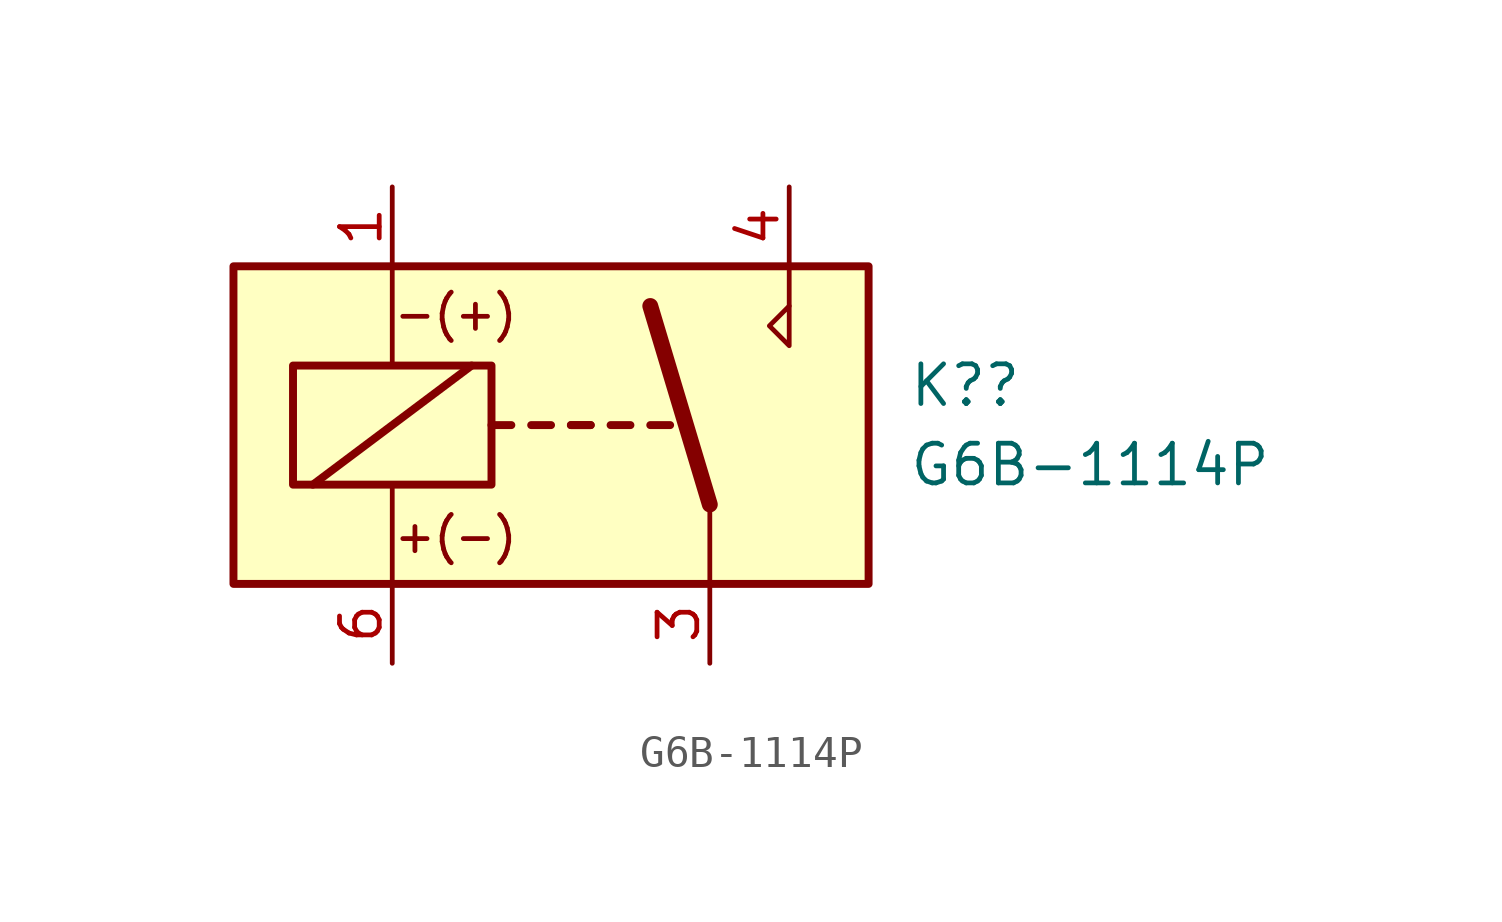
<source format=kicad_sym>
(kicad_symbol_lib
  (version 20211014)
  (generator kicad_symbol_editor)
  (symbol "G6B-1114P"
    (property "Reference" "K?"
      (at 11.43 1.27 0)
      (effects (font (size 1.27 1.27)) (justify left)))
    (property "Value" "G6B-1114P"
      (at 11.43 -1.27 0)
      (effects (font (size 1.27 1.27)) (justify left)))
    (symbol "G6B-1114P_1_1"
      (rectangle (start -10.16 5.08) (end 10.16 -5.08) (stroke (width 0.254) (type default) (color 0 0 0 0)) (fill (type background)))
      (rectangle (start -8.255 1.905) (end -1.905 -1.905) (stroke (width 0.254) (type default) (color 0 0 0 0)) (fill (type none)))
      (polyline (pts (xy -7.62 -1.905) (xy -2.54 1.905)) (stroke (width 0.254) (type default) (color 0 0 0 0)) (fill (type none)))
      (polyline (pts (xy -5.08 -5.08) (xy -5.08 -1.905)) (stroke (width 0) (type default) (color 0 0 0 0)) (fill (type none)))
      (polyline (pts (xy -5.08 5.08) (xy -5.08 1.905)) (stroke (width 0) (type default) (color 0 0 0 0)) (fill (type none)))
      (polyline (pts (xy -1.905 0) (xy -1.27 0)) (stroke (width 0.254) (type default) (color 0 0 0 0)) (fill (type none)))
      (polyline (pts (xy -0.635 0) (xy 0 0)) (stroke (width 0.254) (type default) (color 0 0 0 0)) (fill (type none)))
      (polyline (pts (xy 0.635 0) (xy 1.27 0)) (stroke (width 0.254) (type default) (color 0 0 0 0)) (fill (type none)))
      (polyline (pts (xy 0.635 0) (xy 1.27 0)) (stroke (width 0.254) (type default) (color 0 0 0 0)) (fill (type none)))
      (polyline (pts (xy 1.905 0) (xy 2.54 0)) (stroke (width 0.254) (type default) (color 0 0 0 0)) (fill (type none)))
      (polyline (pts (xy 3.175 0) (xy 3.81 0)) (stroke (width 0.254) (type default) (color 0 0 0 0)) (fill (type none)))
      (polyline (pts (xy 5.08 -2.54) (xy 3.175 3.81)) (stroke (width 0.508) (type default) (color 0 0 0 0)) (fill (type none)))
      (polyline (pts (xy 5.08 -2.54) (xy 5.08 -5.08)) (stroke (width 0) (type default) (color 0 0 0 0)) (fill (type none)))
      (polyline (pts (xy 7.62 3.81) (xy 7.62 5.08)) (stroke (width 0) (type default) (color 0 0 0 0)) (fill (type none)))
      (polyline (pts (xy 7.62 3.81) (xy 7.62 2.54) (xy 6.985 3.175) (xy 7.62 3.81)) (stroke (width 0) (type default) (color 0 0 0 0)) (fill (type none)))
      (text "+(-)" (at -3.048 -3.556 0) (effects (font (size 1.016 1.016))))
      (text "-(+)" (at -3.048 3.556 0) (effects (font (size 1.016 1.016))))
      (pin passive line (at -5.08 7.62 270) (length 2.54) (name "~" (effects (font (size 1.27 1.27)))) (number "1" (effects (font (size 1.27 1.27)))))
      (pin passive line (at 5.08 -7.62 90) (length 2.54) (name "~" (effects (font (size 1.27 1.27)))) (number "3" (effects (font (size 1.27 1.27)))))
      (pin passive line (at 7.62 7.62 270) (length 2.54) (name "~" (effects (font (size 1.27 1.27)))) (number "4" (effects (font (size 1.27 1.27)))))
      (pin passive line (at -5.08 -7.62 90) (length 2.54) (name "~" (effects (font (size 1.27 1.27)))) (number "6" (effects (font (size 1.27 1.27))))))))
</source>
